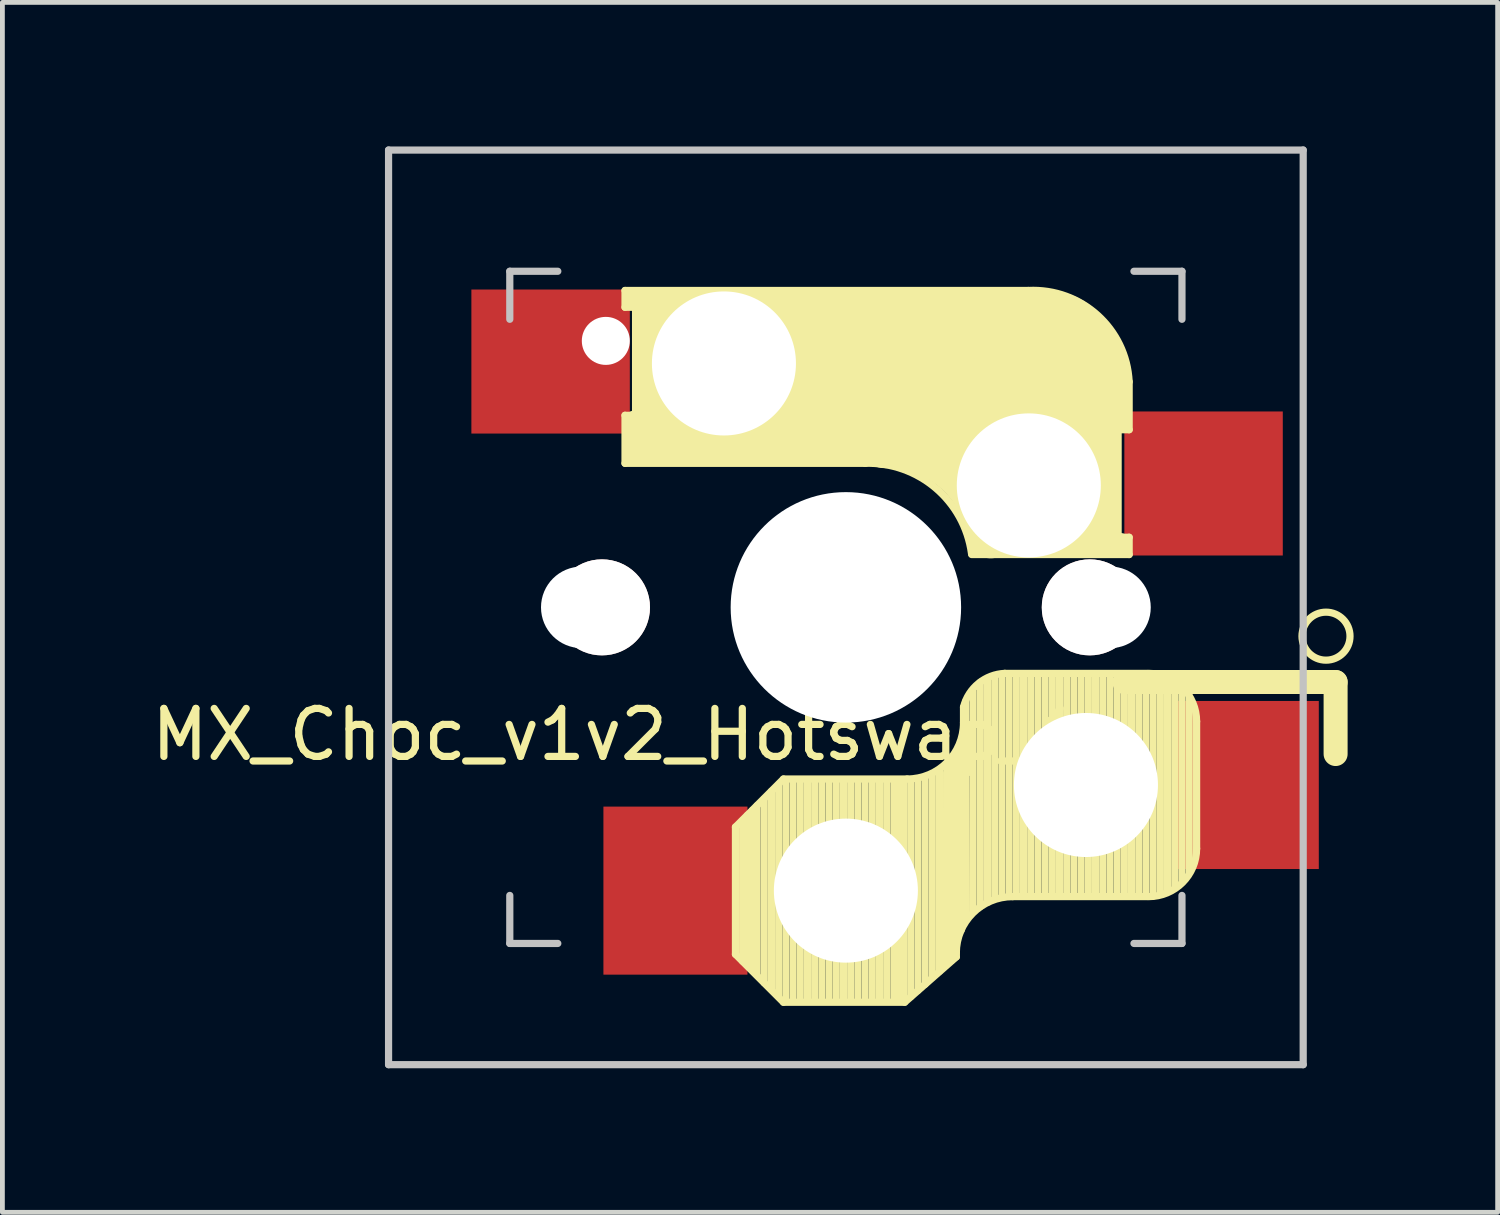
<source format=kicad_pcb>
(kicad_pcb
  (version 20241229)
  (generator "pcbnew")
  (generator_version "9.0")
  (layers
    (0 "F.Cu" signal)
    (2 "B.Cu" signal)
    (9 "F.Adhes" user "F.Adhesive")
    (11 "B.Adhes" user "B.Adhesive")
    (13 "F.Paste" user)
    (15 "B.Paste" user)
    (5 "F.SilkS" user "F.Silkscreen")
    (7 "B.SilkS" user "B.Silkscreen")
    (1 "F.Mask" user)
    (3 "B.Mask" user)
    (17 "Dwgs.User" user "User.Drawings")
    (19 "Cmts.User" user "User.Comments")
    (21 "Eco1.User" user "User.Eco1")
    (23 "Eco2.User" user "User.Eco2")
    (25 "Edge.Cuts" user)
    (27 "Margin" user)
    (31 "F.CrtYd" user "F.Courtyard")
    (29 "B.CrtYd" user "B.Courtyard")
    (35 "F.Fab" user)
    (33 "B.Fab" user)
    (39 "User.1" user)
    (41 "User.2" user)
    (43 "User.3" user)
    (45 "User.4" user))
  (footprint "MX_Choc_v1v2_Hotswap_1u"
    (layer "F.Cu")
    (at 14.568 9.6)
    (property "Reference" "MX_Choc_v1v2_Hotswap_1u" (at -4.3 2.65 180) (layer "F.SilkS") (effects (font (size 1 1) (thickness 0.15))))
    (attr through_hole)
    (fp_line (start -4.6 -6.6) (end -4.6 -6.25) (stroke (width 0.15) (type solid)) (layer "F.SilkS"))
    (fp_line (start -4.6 -6.25) (end -4.4 -6.25) (stroke (width 0.15) (type solid)) (layer "F.SilkS"))
    (fp_line (start -4.6 -4) (end -4.6 -3) (stroke (width 0.15) (type solid)) (layer "F.SilkS"))
    (fp_line (start -4.6 -3) (end 0.4 -3) (stroke (width 0.15) (type solid)) (layer "F.SilkS"))
    (fp_line (start -4.4 -4) (end -4.6 -4) (stroke (width 0.15) (type solid)) (layer "F.SilkS"))
    (fp_line (start -4.4 -3.2) (end -4.4 -3.9) (stroke (width 0.4) (type solid)) (layer "F.SilkS"))
    (fp_line (start -4.38 -6.25) (end -4.38 -4) (stroke (width 0.15) (type solid)) (layer "F.SilkS"))
    (fp_line (start -3.9 -3.5) (end -3.9 -6) (stroke (width 1) (type solid)) (layer "F.SilkS"))
    (fp_line (start -3 -6.4) (end -4.4 -6.4) (stroke (width 0.4) (type solid)) (layer "F.SilkS"))
    (fp_line (start -2.9 -3.3) (end -4.3 -3.3) (stroke (width 0.5) (type solid)) (layer "F.SilkS"))
    (fp_line (start -2.3 7.225) (end -2.3 4.575) (stroke (width 0.15) (type solid)) (layer "F.SilkS"))
    (fp_line (start -2.15 4.44) (end -2.15 7.37) (stroke (width 0.15) (type solid)) (layer "F.SilkS"))
    (fp_line (start -2.05 4.33) (end -2.05 7.45) (stroke (width 0.15) (type solid)) (layer "F.SilkS"))
    (fp_line (start -1.95 4.23) (end -1.95 7.56) (stroke (width 0.15) (type solid)) (layer "F.SilkS"))
    (fp_line (start -1.85 4.13) (end -1.85 7.66) (stroke (width 0.15) (type solid)) (layer "F.SilkS"))
    (fp_line (start -1.7 3.99) (end -1.7 7.82) (stroke (width 0.15) (type solid)) (layer "F.SilkS"))
    (fp_line (start -1.55 3.83) (end -1.55 7.95) (stroke (width 0.15) (type solid)) (layer "F.SilkS"))
    (fp_line (start -1.4 3.7) (end -1.4 8.09) (stroke (width 0.15) (type solid)) (layer "F.SilkS"))
    (fp_line (start -1.3 3.575) (end -2.3 4.575) (stroke (width 0.15) (type solid)) (layer "F.SilkS"))
    (fp_line (start -1.3 8.225) (end -2.3 7.225) (stroke (width 0.15) (type solid)) (layer "F.SilkS"))
    (fp_line (start -1.25 3.6) (end -1.25 8.2) (stroke (width 0.15) (type solid)) (layer "F.SilkS"))
    (fp_line (start -1.1 3.6) (end -1.1 8.2) (stroke (width 0.15) (type solid)) (layer "F.SilkS"))
    (fp_line (start -0.95 3.6) (end -0.95 8.2) (stroke (width 0.15) (type solid)) (layer "F.SilkS"))
    (fp_line (start -0.8 3.6) (end -0.8 8.2) (stroke (width 0.15) (type solid)) (layer "F.SilkS"))
    (fp_line (start -0.65 3.6) (end -0.65 8.2) (stroke (width 0.15) (type solid)) (layer "F.SilkS"))
    (fp_line (start -0.5 3.6) (end -0.5 8.2) (stroke (width 0.15) (type solid)) (layer "F.SilkS"))
    (fp_line (start -0.35 3.6) (end -0.35 8.2) (stroke (width 0.15) (type solid)) (layer "F.SilkS"))
    (fp_line (start -0.2 3.6) (end -0.2 8.2) (stroke (width 0.15) (type solid)) (layer "F.SilkS"))
    (fp_line (start -0.05 3.6) (end -0.05 8.2) (stroke (width 0.15) (type solid)) (layer "F.SilkS"))
    (fp_line (start 0.1 3.6) (end 0.1 8.2) (stroke (width 0.15) (type solid)) (layer "F.SilkS"))
    (fp_line (start 0.25 3.6) (end 0.25 8.2) (stroke (width 0.15) (type solid)) (layer "F.SilkS"))
    (fp_line (start 0.4 3.6) (end 0.4 8.2) (stroke (width 0.15) (type solid)) (layer "F.SilkS"))
    (fp_line (start 0.55 3.6) (end 0.55 8.2) (stroke (width 0.15) (type solid)) (layer "F.SilkS"))
    (fp_line (start 0.7 3.6) (end 0.7 8.2) (stroke (width 0.15) (type solid)) (layer "F.SilkS"))
    (fp_line (start 0.85 3.6) (end 0.85 8.2) (stroke (width 0.15) (type solid)) (layer "F.SilkS"))
    (fp_line (start 1 3.6) (end 1 8.2) (stroke (width 0.15) (type solid)) (layer "F.SilkS"))
    (fp_line (start 1.11 3.6) (end 1.11 8.2) (stroke (width 0.15) (type solid)) (layer "F.SilkS"))
    (fp_line (start 1.2 3.6) (end 1.2 8.2) (stroke (width 0.15) (type solid)) (layer "F.SilkS"))
    (fp_line (start 1.225 8.225) (end -1.3 8.225) (stroke (width 0.15) (type solid)) (layer "F.SilkS"))
    (fp_line (start 1.225 8.225) (end 2.3 7.28) (stroke (width 0.15) (type solid)) (layer "F.SilkS"))
    (fp_line (start 1.275 3.575) (end -1.3 3.575) (stroke (width 0.15) (type solid)) (layer "F.SilkS"))
    (fp_line (start 1.35 3.65) (end 1.35 8.11) (stroke (width 0.15) (type solid)) (layer "F.SilkS"))
    (fp_line (start 1.5 3.6) (end 1.5 7.98) (stroke (width 0.15) (type solid)) (layer "F.SilkS"))
    (fp_line (start 1.65 3.55) (end 1.65 7.85) (stroke (width 0.15) (type solid)) (layer "F.SilkS"))
    (fp_line (start 1.8 3.5) (end 1.8 7.7) (stroke (width 0.15) (type solid)) (layer "F.SilkS"))
    (fp_line (start 1.95 3.4) (end 1.95 7.58) (stroke (width 0.15) (type solid)) (layer "F.SilkS"))
    (fp_line (start 2.1 3.35) (end 2.1 7.35) (stroke (width 0.15) (type solid)) (layer "F.SilkS"))
    (fp_line (start 2.1 3.45) (end 2.09 7.45) (stroke (width 0.15) (type solid)) (layer "F.SilkS"))
    (fp_line (start 2.2 3.25) (end 2.2 7.27) (stroke (width 0.15) (type solid)) (layer "F.SilkS"))
    (fp_line (start 2.2 3.4) (end 2.2 7.36) (stroke (width 0.15) (type solid)) (layer "F.SilkS"))
    (fp_line (start 2.3 3.05) (end 2.3 7.28) (stroke (width 0.15) (type solid)) (layer "F.SilkS"))
    (fp_line (start 2.4 2.9) (end 2.4 6.73) (stroke (width 0.15) (type solid)) (layer "F.SilkS"))
    (fp_line (start 2.45 2.077) (end 2.45 2.4) (stroke (width 0.15) (type default)) (layer "F.SilkS"))
    (fp_line (start 2.5 1.95) (end 2.51 6.5) (stroke (width 0.15) (type solid)) (layer "F.SilkS"))
    (fp_line (start 2.62 -1.1) (end 5.9 -1.1) (stroke (width 0.15) (type solid)) (layer "F.SilkS"))
    (fp_line (start 2.65 1.75) (end 2.65 6.32) (stroke (width 0.15) (type solid)) (layer "F.SilkS"))
    (fp_line (start 2.8 1.56) (end 2.8 6.23) (stroke (width 0.15) (type solid)) (layer "F.SilkS"))
    (fp_line (start 2.95 1.48) (end 2.95 6.14) (stroke (width 0.15) (type solid)) (layer "F.SilkS"))
    (fp_line (start 3 -1.3) (end 5.7 -1.3) (stroke (width 0.5) (type solid)) (layer "F.SilkS"))
    (fp_line (start 3.1 1.43) (end 3.1 6.07) (stroke (width 0.15) (type solid)) (layer "F.SilkS"))
    (fp_line (start 3.25 1.4) (end 3.25 6.04) (stroke (width 0.15) (type solid)) (layer "F.SilkS"))
    (fp_line (start 3.4 1.38) (end 3.4 6.02) (stroke (width 0.15) (type solid)) (layer "F.SilkS"))
    (fp_line (start 3.55 1.39) (end 3.55 6.02) (stroke (width 0.15) (type solid)) (layer "F.SilkS"))
    (fp_line (start 3.7 1.45) (end 3.7 6) (stroke (width 0.15) (type solid)) (layer "F.SilkS"))
    (fp_line (start 3.8 -6.6) (end -4.6 -6.6) (stroke (width 0.15) (type solid)) (layer "F.SilkS"))
    (fp_line (start 3.85 1.4) (end 3.85 6.01) (stroke (width 0.15) (type solid)) (layer "F.SilkS"))
    (fp_line (start 4 1.4) (end 4 6.02) (stroke (width 0.15) (type solid)) (layer "F.SilkS"))
    (fp_line (start 4.1 -4.8) (end -2.6 -4.8) (stroke (width 3.5) (type solid)) (layer "F.SilkS"))
    (fp_line (start 4.15 1.45) (end 4.15 6) (stroke (width 0.15) (type solid)) (layer "F.SilkS"))
    (fp_line (start 4.17 -2.86) (end 4.17 -5.1) (stroke (width 3) (type solid)) (layer "F.SilkS"))
    (fp_line (start 4.3 1.4) (end 4.3 6) (stroke (width 0.15) (type solid)) (layer "F.SilkS"))
    (fp_line (start 4.45 1.4) (end 4.45 6) (stroke (width 0.15) (type solid)) (layer "F.SilkS"))
    (fp_line (start 4.6 1.4) (end 4.6 6) (stroke (width 0.15) (type solid)) (layer "F.SilkS"))
    (fp_line (start 4.75 1.4) (end 4.75 6) (stroke (width 0.15) (type solid)) (layer "F.SilkS"))
    (fp_line (start 4.9 1.4) (end 4.9 6) (stroke (width 0.15) (type solid)) (layer "F.SilkS"))
    (fp_line (start 5.05 1.4) (end 5.05 6) (stroke (width 0.15) (type solid)) (layer "F.SilkS"))
    (fp_line (start 5.2 1.4) (end 5.2 6) (stroke (width 0.15) (type solid)) (layer "F.SilkS"))
    (fp_line (start 5.3 -3.4) (end 5.3 -1.6) (stroke (width 0.8) (type solid)) (layer "F.SilkS"))
    (fp_line (start 5.35 1.4) (end 5.35 6) (stroke (width 0.15) (type solid)) (layer "F.SilkS"))
    (fp_line (start 5.5 1.4) (end 5.5 6) (stroke (width 0.15) (type solid)) (layer "F.SilkS"))
    (fp_line (start 5.65 1.4) (end 5.65 6) (stroke (width 0.15) (type solid)) (layer "F.SilkS"))
    (fp_line (start 5.67 -1.46) (end 5.67 -3.7) (stroke (width 0.15) (type solid)) (layer "F.SilkS"))
    (fp_line (start 5.7 -3.7) (end 5.9 -3.7) (stroke (width 0.15) (type solid)) (layer "F.SilkS"))
    (fp_line (start 5.8 -4.7) (end 5.8 -3.8) (stroke (width 0.3) (type solid)) (layer "F.SilkS"))
    (fp_line (start 5.8 1.4) (end 5.8 6) (stroke (width 0.15) (type solid)) (layer "F.SilkS"))
    (fp_line (start 5.9 -3.7) (end 5.9 -4.7) (stroke (width 0.15) (type solid)) (layer "F.SilkS"))
    (fp_line (start 5.9 -1.46) (end 5.7 -1.46) (stroke (width 0.15) (type solid)) (layer "F.SilkS"))
    (fp_line (start 5.9 -1.46) (end 5.9 -1.1) (stroke (width 0.15) (type solid)) (layer "F.SilkS"))
    (fp_line (start 5.95 1.4) (end 5.95 6) (stroke (width 0.15) (type solid)) (layer "F.SilkS"))
    (fp_line (start 6.1 1.4) (end 6.1 6) (stroke (width 0.15) (type solid)) (layer "F.SilkS"))
    (fp_line (start 6.25 1.4) (end 6.25 6) (stroke (width 0.15) (type solid)) (layer "F.SilkS"))
    (fp_line (start 6.275 1.375) (end 3.311 1.375) (stroke (width 0.15) (type solid)) (layer "F.SilkS"))
    (fp_line (start 6.275 6.025) (end 3.475 6.025) (stroke (width 0.15) (type solid)) (layer "F.SilkS"))
    (fp_line (start 6.4 1.5) (end 6.4 6.01) (stroke (width 0.15) (type solid)) (layer "F.SilkS"))
    (fp_line (start 6.55 1.65) (end 6.55 5.97) (stroke (width 0.15) (type solid)) (layer "F.SilkS"))
    (fp_line (start 6.7 1.8) (end 6.7 5.92) (stroke (width 0.15) (type solid)) (layer "F.SilkS"))
    (fp_line (start 6.85 1.7) (end 6.85 5.84) (stroke (width 0.15) (type solid)) (layer "F.SilkS"))
    (fp_line (start 7 1.73) (end 7 5.7) (stroke (width 0.15) (type solid)) (layer "F.SilkS"))
    (fp_line (start 7.15 1.85) (end 7.15 5.53) (stroke (width 0.15) (type solid)) (layer "F.SilkS"))
    (fp_line (start 7.305 5.025) (end 7.305 2.375) (stroke (width 0.15) (type solid)) (layer "F.SilkS"))
    (fp_line (start 10.2 1.555) (end 5.8 1.555) (stroke (width 0.5) (type default)) (layer "F.SilkS"))
    (fp_line (start 10.2 3.055) (end 10.2 1.555) (stroke (width 0.5) (type default)) (layer "F.SilkS"))
    (fp_arc (start 0.4 -3) (mid 1.868709 -2.486118) (end 2.616318 -1.121471) (stroke (width 0.15) (type solid)) (layer "F.SilkS"))
    (fp_arc (start 0.8 -3.4) (mid 2.268709 -2.886118) (end 3.016318 -1.521471) (stroke (width 1) (type solid)) (layer "F.SilkS"))
    (fp_arc (start 2.3 7.2) (mid 2.64415 6.36915) (end 3.475 6.025) (stroke (width 0.15) (type solid)) (layer "F.SilkS"))
    (fp_arc (start 2.45 2.076887) (mid 2.763915 1.58277) (end 3.311204 1.375) (stroke (width 0.15) (type solid)) (layer "F.SilkS"))
    (fp_arc (start 2.45 2.4) (mid 2.10585 3.23085) (end 1.275 3.575) (stroke (width 0.15) (type solid)) (layer "F.SilkS"))
    (fp_arc (start 3.800001 -6.6) (mid 5.243504 -6.084924) (end 5.9 -4.699999) (stroke (width 0.15) (type solid)) (layer "F.SilkS"))
    (fp_arc (start 6.305 1.375) (mid 7.012107 1.667893) (end 7.305 2.375) (stroke (width 0.15) (type solid)) (layer "F.SilkS"))
    (fp_arc (start 7.305 5.025) (mid 7.012107 5.732107) (end 6.305 6.025) (stroke (width 0.15) (type solid)) (layer "F.SilkS"))
    (fp_circle (center 10 0.6) (end 9.5 0.6) (stroke (width 0.15) (type default)) (fill no) (layer "F.SilkS"))
    (fp_line (start -9.525 -9.525) (end 9.525 -9.525) (stroke (width 0.15) (type solid)) (layer "Dwgs.User"))
    (fp_line (start -9.525 9.525) (end -9.525 -9.525) (stroke (width 0.15) (type solid)) (layer "Dwgs.User"))
    (fp_line (start -7 -6) (end -7 -7) (stroke (width 0.15) (type solid)) (layer "Dwgs.User"))
    (fp_line (start -7 6) (end -7 7) (stroke (width 0.15) (type solid)) (layer "Dwgs.User"))
    (fp_line (start -7 7) (end -6 7) (stroke (width 0.15) (type solid)) (layer "Dwgs.User"))
    (fp_line (start -6 -7) (end -7 -7) (stroke (width 0.15) (type solid)) (layer "Dwgs.User"))
    (fp_line (start 6 -7) (end 7 -7) (stroke (width 0.15) (type solid)) (layer "Dwgs.User"))
    (fp_line (start 7 -7) (end 7 -6) (stroke (width 0.15) (type solid)) (layer "Dwgs.User"))
    (fp_line (start 7 6) (end 7 7) (stroke (width 0.15) (type solid)) (layer "Dwgs.User"))
    (fp_line (start 7 7) (end 6 7) (stroke (width 0.15) (type solid)) (layer "Dwgs.User"))
    (fp_line (start 9.525 -9.525) (end 9.525 9.525) (stroke (width 0.15) (type solid)) (layer "Dwgs.User"))
    (fp_line (start 9.525 9.525) (end -9.525 9.525) (stroke (width 0.15) (type solid)) (layer "Dwgs.User"))
    (pad "" np_thru_hole circle (at -5.5 0 90) (size 1.7 1.7) (drill 1.7) (layers "*.Cu" "*.Mask"))
    (pad "" np_thru_hole circle (at -5.08 0) (size 2 2) (drill 2) (layers "*.Cu" "*.Mask" "B.SilkS"))
    (pad "" np_thru_hole circle (at -5 -5.55) (size 1 1) (drill oval 1) (layers "*.Cu" "*.Mask"))
    (pad "" np_thru_hole circle (at -2.54 -5.08 180) (size 3 3) (drill 3) (layers "*.Cu" "*.Mask"))
    (pad "" np_thru_hole circle (at 0 0 270) (size 4.8 4.8) (drill 4.8) (layers "*.Cu" "*.Mask"))
    (pad "" np_thru_hole circle (at 0 5.9 270) (size 3 3) (drill 3) (layers "*.Cu" "*.Mask"))
    (pad "" np_thru_hole circle (at 3.81 -2.54 180) (size 3 3) (drill 3) (layers "*.Cu" "*.Mask"))
    (pad "" np_thru_hole circle (at 5 3.7 270) (size 3 3) (drill 3) (layers "*.Cu" "*.Mask"))
    (pad "" np_thru_hole circle (at 5.08 0) (size 2 2) (drill 2) (layers "*.Cu" "*.Mask" "B.SilkS"))
    (pad "" np_thru_hole circle (at 5.5 0 90) (size 1.7 1.7) (drill 1.7) (layers "*.Cu" "*.Mask"))
    (pad "1" smd rect (at 7 -2.58 180) (size 3.3 3) (drill (offset -0.45 0)) (layers "F.Cu" "F.Mask" "F.Paste"))
    (pad "1" smd rect (at 8.35 3.7 180) (size 3 3.5) (layers "F.Cu" "F.Mask" "F.Paste"))
    (pad "2" smd rect (at -5.7 -5.12 180) (size 3.3 3) (drill (offset 0.45 0)) (layers "F.Cu" "F.Mask" "F.Paste"))
    (pad "2" smd rect (at -3.55 5.9 180) (size 3 3.5) (layers "F.Cu" "F.Mask" "F.Paste")))
  (gr_rect
    (start -3 -3)
    (end 28.143 22.2)
    (stroke (width 0.1) (type default))
    (fill no)
    (layer "Edge.Cuts")))
</source>
